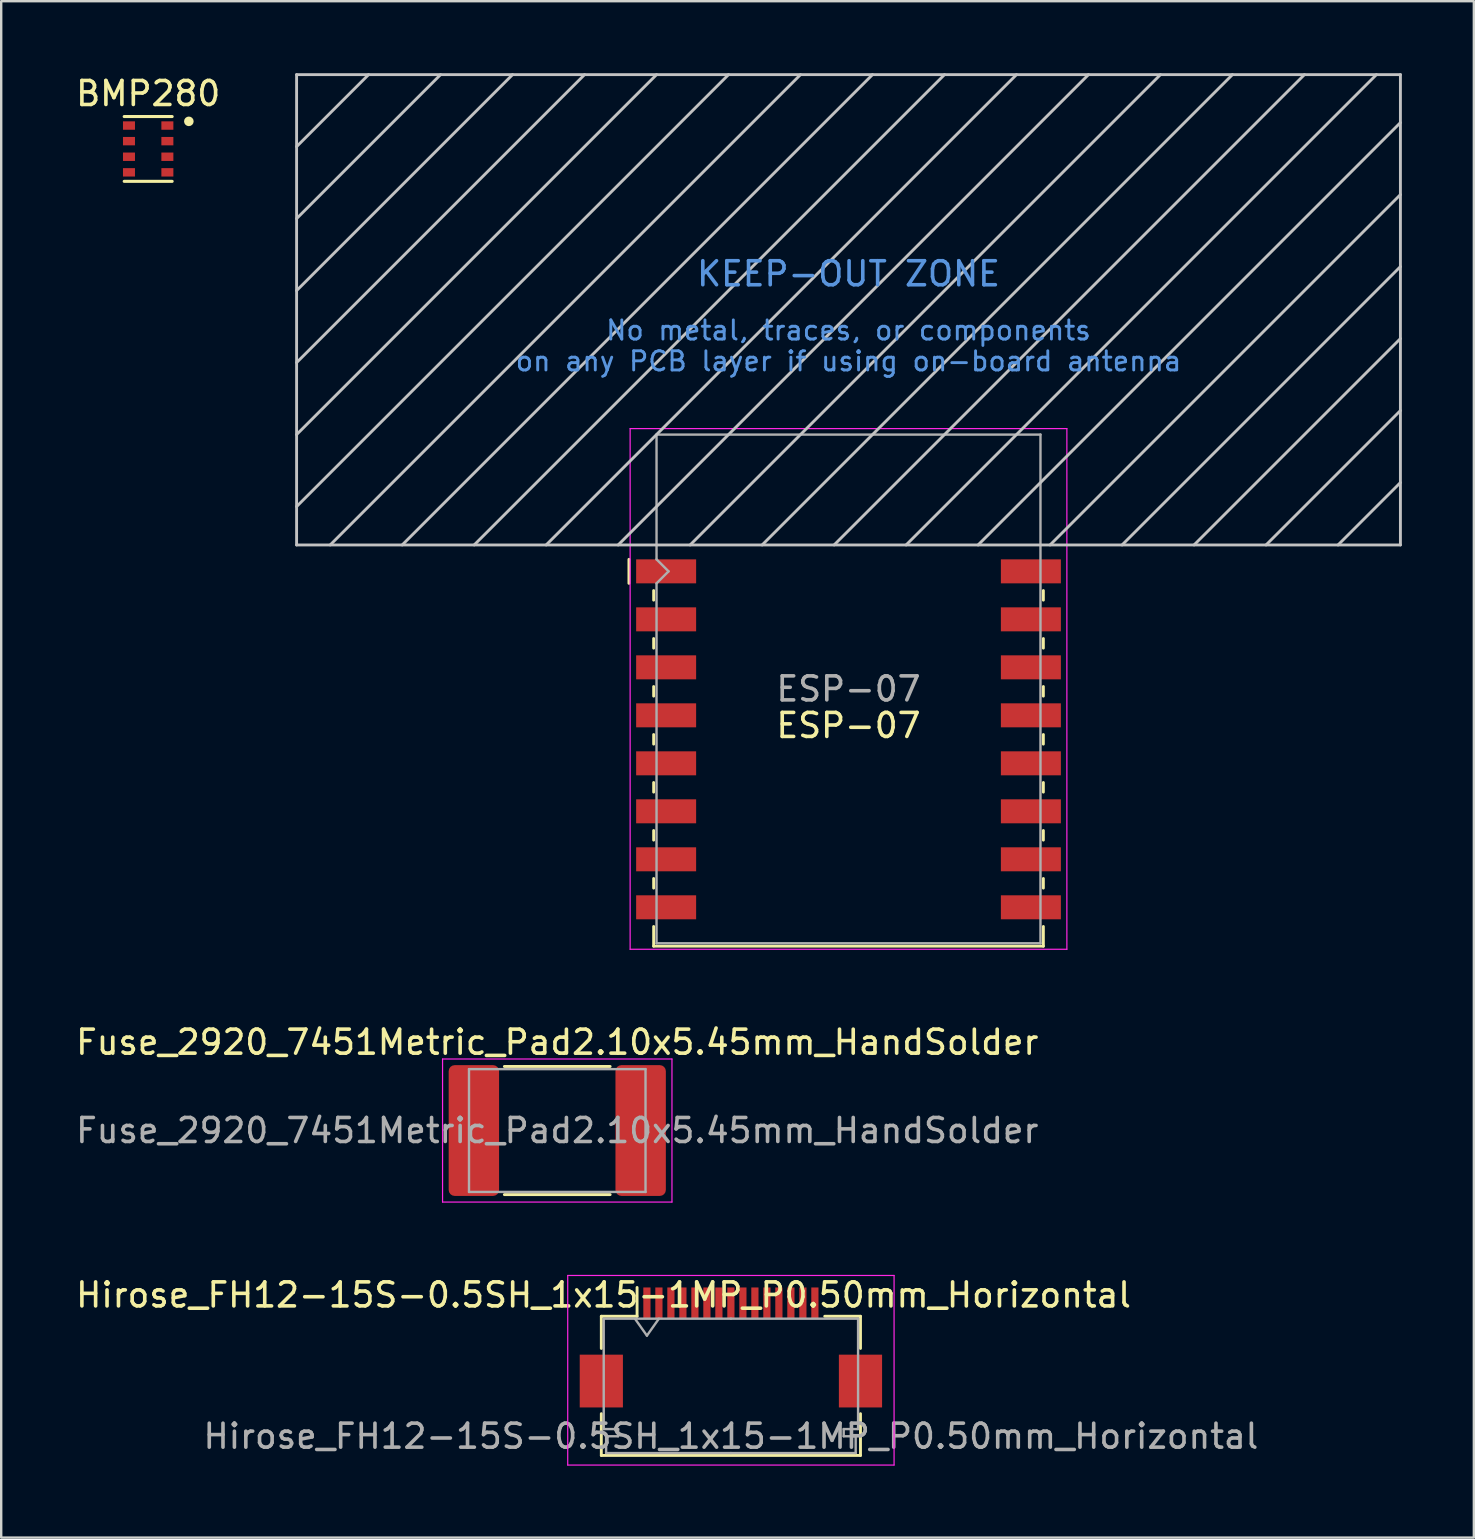
<source format=kicad_pcb>
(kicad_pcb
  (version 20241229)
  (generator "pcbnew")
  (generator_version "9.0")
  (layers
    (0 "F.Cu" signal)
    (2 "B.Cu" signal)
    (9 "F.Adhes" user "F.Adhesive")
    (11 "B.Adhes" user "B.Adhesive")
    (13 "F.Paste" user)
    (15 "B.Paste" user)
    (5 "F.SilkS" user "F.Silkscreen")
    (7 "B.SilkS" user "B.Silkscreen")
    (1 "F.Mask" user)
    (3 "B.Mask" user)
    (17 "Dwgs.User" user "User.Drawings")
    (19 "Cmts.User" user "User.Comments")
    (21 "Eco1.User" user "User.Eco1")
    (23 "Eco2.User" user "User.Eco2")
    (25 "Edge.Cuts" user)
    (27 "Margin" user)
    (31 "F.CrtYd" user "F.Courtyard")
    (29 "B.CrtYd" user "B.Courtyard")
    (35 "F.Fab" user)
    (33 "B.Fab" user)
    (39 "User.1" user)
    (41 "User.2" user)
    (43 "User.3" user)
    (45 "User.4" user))
  (footprint "ESP-07"
    (layer "F.Cu")
    (at 32.31 25.66)
    (property "Reference" "ESP-07" (at 0 1.524 0) (layer "F.SilkS") (effects (font (size 1 1) (thickness 0.15))))
    (attr smd)
    (fp_line (start -9.15 -5.4) (end -9.15 -4.4) (stroke (width 0.12) (type solid)) (layer "F.SilkS"))
    (fp_line (start -8.12 -3.7) (end -8.12 -4.1) (stroke (width 0.12) (type solid)) (layer "F.SilkS"))
    (fp_line (start -8.12 -1.7) (end -8.12 -2.1) (stroke (width 0.12) (type solid)) (layer "F.SilkS"))
    (fp_line (start -8.12 0.3) (end -8.12 -0.1) (stroke (width 0.12) (type solid)) (layer "F.SilkS"))
    (fp_line (start -8.12 2.3) (end -8.12 1.9) (stroke (width 0.12) (type solid)) (layer "F.SilkS"))
    (fp_line (start -8.12 4.3) (end -8.12 3.9) (stroke (width 0.12) (type solid)) (layer "F.SilkS"))
    (fp_line (start -8.12 6.3) (end -8.12 5.9) (stroke (width 0.12) (type solid)) (layer "F.SilkS"))
    (fp_line (start -8.12 8.3) (end -8.12 7.9) (stroke (width 0.12) (type solid)) (layer "F.SilkS"))
    (fp_line (start -8.12 10.72) (end -8.12 9.9) (stroke (width 0.12) (type solid)) (layer "F.SilkS"))
    (fp_line (start 8.12 -3.7) (end 8.12 -4.1) (stroke (width 0.12) (type solid)) (layer "F.SilkS"))
    (fp_line (start 8.12 -1.7) (end 8.12 -2.1) (stroke (width 0.12) (type solid)) (layer "F.SilkS"))
    (fp_line (start 8.12 0.3) (end 8.12 -0.1) (stroke (width 0.12) (type solid)) (layer "F.SilkS"))
    (fp_line (start 8.12 2.3) (end 8.12 1.9) (stroke (width 0.12) (type solid)) (layer "F.SilkS"))
    (fp_line (start 8.12 4.3) (end 8.12 3.9) (stroke (width 0.12) (type solid)) (layer "F.SilkS"))
    (fp_line (start 8.12 6.3) (end 8.12 5.9) (stroke (width 0.12) (type solid)) (layer "F.SilkS"))
    (fp_line (start 8.12 8.3) (end 8.12 7.9) (stroke (width 0.12) (type solid)) (layer "F.SilkS"))
    (fp_line (start 8.12 9.9) (end 8.12 10.72) (stroke (width 0.12) (type solid)) (layer "F.SilkS"))
    (fp_line (start 8.12 10.72) (end -8.12 10.72) (stroke (width 0.12) (type solid)) (layer "F.SilkS"))
    (fp_line (start -23 -25.6) (end -23 -6) (stroke (width 0.12) (type solid)) (layer "Dwgs.User"))
    (fp_line (start -23 -25.6) (end 23 -25.6) (stroke (width 0.12) (type solid)) (layer "Dwgs.User"))
    (fp_line (start -20 -25.6) (end -23 -22.6) (stroke (width 0.12) (type solid)) (layer "Dwgs.User"))
    (fp_line (start -17 -25.6) (end -23 -19.6) (stroke (width 0.12) (type solid)) (layer "Dwgs.User"))
    (fp_line (start -15.6 -6) (end 4 -25.6) (stroke (width 0.12) (type solid)) (layer "Dwgs.User"))
    (fp_line (start -14 -25.6) (end -23 -16.6) (stroke (width 0.12) (type solid)) (layer "Dwgs.User"))
    (fp_line (start -11 -25.6) (end -23 -13.6) (stroke (width 0.12) (type solid)) (layer "Dwgs.User"))
    (fp_line (start -8 -25.6) (end -23 -10.6) (stroke (width 0.12) (type solid)) (layer "Dwgs.User"))
    (fp_line (start -6.6 -6) (end 13 -25.6) (stroke (width 0.12) (type solid)) (layer "Dwgs.User"))
    (fp_line (start -5 -25.6) (end -23 -7.6) (stroke (width 0.12) (type solid)) (layer "Dwgs.User"))
    (fp_line (start -2 -25.6) (end -21.6 -6) (stroke (width 0.12) (type solid)) (layer "Dwgs.User"))
    (fp_line (start 1 -25.6) (end -18.6 -6) (stroke (width 0.12) (type solid)) (layer "Dwgs.User"))
    (fp_line (start 2.4 -6) (end 22 -25.6) (stroke (width 0.12) (type solid)) (layer "Dwgs.User"))
    (fp_line (start 5.4 -6) (end 23 -23.6) (stroke (width 0.12) (type solid)) (layer "Dwgs.User"))
    (fp_line (start 7 -25.6) (end -12.6 -6) (stroke (width 0.12) (type solid)) (layer "Dwgs.User"))
    (fp_line (start 10 -25.6) (end -9.6 -6) (stroke (width 0.12) (type solid)) (layer "Dwgs.User"))
    (fp_line (start 16 -25.6) (end -3.6 -6) (stroke (width 0.12) (type solid)) (layer "Dwgs.User"))
    (fp_line (start 19 -25.6) (end -0.6 -6) (stroke (width 0.12) (type solid)) (layer "Dwgs.User"))
    (fp_line (start 23 -20.6) (end 8.4 -6) (stroke (width 0.12) (type solid)) (layer "Dwgs.User"))
    (fp_line (start 23 -17.6) (end 11.4 -6) (stroke (width 0.12) (type solid)) (layer "Dwgs.User"))
    (fp_line (start 23 -14.6) (end 14.4 -6) (stroke (width 0.12) (type solid)) (layer "Dwgs.User"))
    (fp_line (start 23 -11.6) (end 17.4 -6) (stroke (width 0.12) (type solid)) (layer "Dwgs.User"))
    (fp_line (start 23 -8.6) (end 20.4 -6) (stroke (width 0.12) (type solid)) (layer "Dwgs.User"))
    (fp_line (start 23 -6) (end -23 -6) (stroke (width 0.12) (type solid)) (layer "Dwgs.User"))
    (fp_line (start 23 -6) (end 23 -25.6) (stroke (width 0.12) (type solid)) (layer "Dwgs.User"))
    (fp_line (start -9.1 -10.85) (end 9.1 -10.85) (stroke (width 0.05) (type solid)) (layer "F.CrtYd"))
    (fp_line (start -9.1 10.85) (end -9.1 -10.85) (stroke (width 0.05) (type solid)) (layer "F.CrtYd"))
    (fp_line (start 9.1 -10.85) (end 9.1 10.85) (stroke (width 0.05) (type solid)) (layer "F.CrtYd"))
    (fp_line (start 9.1 10.85) (end -9.1 10.85) (stroke (width 0.05) (type solid)) (layer "F.CrtYd"))
    (fp_line (start -8 -10.6) (end 8 -10.6) (stroke (width 0.1) (type solid)) (layer "F.Fab"))
    (fp_line (start -8 -5.4) (end -8 -10.6) (stroke (width 0.1) (type solid)) (layer "F.Fab"))
    (fp_line (start -8 -4.4) (end -7.5 -4.9) (stroke (width 0.1) (type solid)) (layer "F.Fab"))
    (fp_line (start -8 10.6) (end -8 -4.4) (stroke (width 0.1) (type solid)) (layer "F.Fab"))
    (fp_line (start -7.5 -4.9) (end -8 -5.4) (stroke (width 0.1) (type solid)) (layer "F.Fab"))
    (fp_line (start 8 -10.6) (end 8 10.6) (stroke (width 0.1) (type solid)) (layer "F.Fab"))
    (fp_line (start 8 10.6) (end -8 10.6) (stroke (width 0.1) (type solid)) (layer "F.Fab"))
    (fp_text user "KEEP-OUT ZONE" (at 0 -17.3 180) (layer "Cmts.User") (effects (font (size 1 1) (thickness 0.15))))
    (fp_text user "No metal, traces, or components\non any PCB layer if using on-board antenna" (at 0 -14.3 180) (layer "Cmts.User") (effects (font (size 0.8 0.8) (thickness 0.12))))
    (fp_text user "${REFERENCE}" (at 0 0 0) (layer "F.Fab") (effects (font (size 1 1) (thickness 0.15))))
    (pad "1" smd rect (at -7.6 -4.9) (size 2.5 1) (layers "F.Cu" "F.Mask" "F.Paste"))
    (pad "2" smd rect (at -7.6 -2.9) (size 2.5 1) (layers "F.Cu" "F.Mask" "F.Paste"))
    (pad "3" smd rect (at -7.6 -0.9) (size 2.5 1) (layers "F.Cu" "F.Mask" "F.Paste"))
    (pad "4" smd rect (at -7.6 1.1) (size 2.5 1) (layers "F.Cu" "F.Mask" "F.Paste"))
    (pad "5" smd rect (at -7.6 3.1) (size 2.5 1) (layers "F.Cu" "F.Mask" "F.Paste"))
    (pad "6" smd rect (at -7.6 5.1) (size 2.5 1) (layers "F.Cu" "F.Mask" "F.Paste"))
    (pad "7" smd rect (at -7.6 7.1) (size 2.5 1) (layers "F.Cu" "F.Mask" "F.Paste"))
    (pad "8" smd rect (at -7.6 9.1) (size 2.5 1) (layers "F.Cu" "F.Mask" "F.Paste"))
    (pad "9" smd rect (at 7.6 9.1) (size 2.5 1) (layers "F.Cu" "F.Mask" "F.Paste"))
    (pad "10" smd rect (at 7.6 7.1) (size 2.5 1) (layers "F.Cu" "F.Mask" "F.Paste"))
    (pad "11" smd rect (at 7.6 5.1) (size 2.5 1) (layers "F.Cu" "F.Mask" "F.Paste"))
    (pad "12" smd rect (at 7.6 3.1) (size 2.5 1) (layers "F.Cu" "F.Mask" "F.Paste"))
    (pad "13" smd rect (at 7.6 1.1) (size 2.5 1) (layers "F.Cu" "F.Mask" "F.Paste"))
    (pad "14" smd rect (at 7.6 -0.9) (size 2.5 1) (layers "F.Cu" "F.Mask" "F.Paste"))
    (pad "15" smd rect (at 7.6 -2.9) (size 2.5 1) (layers "F.Cu" "F.Mask" "F.Paste"))
    (pad "16" smd rect (at 7.6 -4.9) (size 2.5 1) (layers "F.Cu" "F.Mask" "F.Paste")))
  (footprint "Fuse_2920_7451Metric_Pad2.10x5.45mm_HandSolder"
    (layer "F.Cu")
    (at 20.173 44.063)
    (property "Reference" "Fuse_2920_7451Metric_Pad2.10x5.45mm_HandSolder" (at 0 -3.68 0) (layer "F.SilkS") (effects (font (size 1 1) (thickness 0.15))))
    (attr smd)
    (fp_line (start -2.204 -2.67) (end 2.204 -2.67) (stroke (width 0.12) (type solid)) (layer "F.SilkS"))
    (fp_line (start -2.204 2.67) (end 2.204 2.67) (stroke (width 0.12) (type solid)) (layer "F.SilkS"))
    (fp_line (start -4.78 -2.98) (end 4.78 -2.98) (stroke (width 0.05) (type solid)) (layer "F.CrtYd"))
    (fp_line (start -4.78 2.98) (end -4.78 -2.98) (stroke (width 0.05) (type solid)) (layer "F.CrtYd"))
    (fp_line (start 4.78 -2.98) (end 4.78 2.98) (stroke (width 0.05) (type solid)) (layer "F.CrtYd"))
    (fp_line (start 4.78 2.98) (end -4.78 2.98) (stroke (width 0.05) (type solid)) (layer "F.CrtYd"))
    (fp_line (start -3.678 -2.56) (end 3.678 -2.56) (stroke (width 0.1) (type solid)) (layer "F.Fab"))
    (fp_line (start -3.678 2.56) (end -3.678 -2.56) (stroke (width 0.1) (type solid)) (layer "F.Fab"))
    (fp_line (start 3.678 -2.56) (end 3.678 2.56) (stroke (width 0.1) (type solid)) (layer "F.Fab"))
    (fp_line (start 3.678 2.56) (end -3.678 2.56) (stroke (width 0.1) (type solid)) (layer "F.Fab"))
    (fp_text user "${REFERENCE}" (at 0 0 0) (layer "F.Fab") (effects (font (size 1 1) (thickness 0.15))))
    (pad "1" smd roundrect (at -3.475 0) (size 2.1 5.45) (layers "F.Cu" "F.Mask" "F.Paste") (roundrect_rratio 0.119))
    (pad "2" smd roundrect (at 3.475 0) (size 2.1 5.45) (layers "F.Cu" "F.Mask" "F.Paste") (roundrect_rratio 0.119)))
  (footprint "Hirose_FH12-15S-0.5SH_1x15-1MP_P0.50mm_Horizontal"
    (layer "F.Cu")
    (at 27.409 53.103)
    (property "Reference" "Hirose_FH12-15S-0.5SH_1x15-1MP_P0.50mm_Horizontal" (at -5.308 -2.187 0) (layer "F.SilkS") (effects (font (size 1 1) (thickness 0.15))))
    (attr smd)
    (fp_line (start -5.4 -1.3) (end -5.4 0.04) (stroke (width 0.12) (type solid)) (layer "F.SilkS"))
    (fp_line (start -5.4 2.76) (end -5.4 4.5) (stroke (width 0.12) (type solid)) (layer "F.SilkS"))
    (fp_line (start -5.4 4.5) (end 5.4 4.5) (stroke (width 0.12) (type solid)) (layer "F.SilkS"))
    (fp_line (start -3.91 -1.3) (end -5.4 -1.3) (stroke (width 0.12) (type solid)) (layer "F.SilkS"))
    (fp_line (start -3.91 -1.3) (end -3.91 -2.5) (stroke (width 0.12) (type solid)) (layer "F.SilkS"))
    (fp_line (start 3.91 -1.3) (end 5.4 -1.3) (stroke (width 0.12) (type solid)) (layer "F.SilkS"))
    (fp_line (start 5.4 -1.3) (end 5.4 0.04) (stroke (width 0.12) (type solid)) (layer "F.SilkS"))
    (fp_line (start 5.4 4.5) (end 5.4 2.76) (stroke (width 0.12) (type solid)) (layer "F.SilkS"))
    (fp_line (start -6.8 -3) (end -6.8 4.9) (stroke (width 0.05) (type solid)) (layer "F.CrtYd"))
    (fp_line (start -6.8 4.9) (end 6.8 4.9) (stroke (width 0.05) (type solid)) (layer "F.CrtYd"))
    (fp_line (start 6.8 -3) (end -6.8 -3) (stroke (width 0.05) (type solid)) (layer "F.CrtYd"))
    (fp_line (start 6.8 4.9) (end 6.8 -3) (stroke (width 0.05) (type solid)) (layer "F.CrtYd"))
    (fp_line (start -5.3 -1.2) (end -5.3 3.4) (stroke (width 0.1) (type solid)) (layer "F.Fab"))
    (fp_line (start -5.3 3.4) (end -4.7 3.4) (stroke (width 0.1) (type solid)) (layer "F.Fab"))
    (fp_line (start -5.2 3.7) (end -5.2 4.4) (stroke (width 0.1) (type solid)) (layer "F.Fab"))
    (fp_line (start -5.2 4.4) (end 0 4.4) (stroke (width 0.1) (type solid)) (layer "F.Fab"))
    (fp_line (start -4.7 3.4) (end -4.7 3.7) (stroke (width 0.1) (type solid)) (layer "F.Fab"))
    (fp_line (start -4.7 3.7) (end -5.2 3.7) (stroke (width 0.1) (type solid)) (layer "F.Fab"))
    (fp_line (start -4 -1.2) (end -3.5 -0.493) (stroke (width 0.1) (type solid)) (layer "F.Fab"))
    (fp_line (start -3.5 -0.493) (end -3 -1.2) (stroke (width 0.1) (type solid)) (layer "F.Fab"))
    (fp_line (start 0 -1.2) (end -5.3 -1.2) (stroke (width 0.1) (type solid)) (layer "F.Fab"))
    (fp_line (start 0 -1.2) (end 5.3 -1.2) (stroke (width 0.1) (type solid)) (layer "F.Fab"))
    (fp_line (start 4.7 3.4) (end 4.7 3.7) (stroke (width 0.1) (type solid)) (layer "F.Fab"))
    (fp_line (start 4.7 3.7) (end 5.2 3.7) (stroke (width 0.1) (type solid)) (layer "F.Fab"))
    (fp_line (start 5.2 3.7) (end 5.2 4.4) (stroke (width 0.1) (type solid)) (layer "F.Fab"))
    (fp_line (start 5.2 4.4) (end 0 4.4) (stroke (width 0.1) (type solid)) (layer "F.Fab"))
    (fp_line (start 5.3 -1.2) (end 5.3 3.4) (stroke (width 0.1) (type solid)) (layer "F.Fab"))
    (fp_line (start 5.3 3.4) (end 4.7 3.4) (stroke (width 0.1) (type solid)) (layer "F.Fab"))
    (fp_text user "${REFERENCE}" (at 0 3.7 0) (layer "F.Fab") (effects (font (size 1 1) (thickness 0.15))))
    (pad "1" smd rect (at -3.5 -1.85) (size 0.3 1.3) (layers "F.Cu" "F.Mask" "F.Paste"))
    (pad "2" smd rect (at -3 -1.85) (size 0.3 1.3) (layers "F.Cu" "F.Mask" "F.Paste"))
    (pad "3" smd rect (at -2.5 -1.85) (size 0.3 1.3) (layers "F.Cu" "F.Mask" "F.Paste"))
    (pad "4" smd rect (at -2 -1.85) (size 0.3 1.3) (layers "F.Cu" "F.Mask" "F.Paste"))
    (pad "5" smd rect (at -1.5 -1.85) (size 0.3 1.3) (layers "F.Cu" "F.Mask" "F.Paste"))
    (pad "6" smd rect (at -1 -1.85) (size 0.3 1.3) (layers "F.Cu" "F.Mask" "F.Paste"))
    (pad "7" smd rect (at -0.5 -1.85) (size 0.3 1.3) (layers "F.Cu" "F.Mask" "F.Paste"))
    (pad "8" smd rect (at 0 -1.85) (size 0.3 1.3) (layers "F.Cu" "F.Mask" "F.Paste"))
    (pad "9" smd rect (at 0.5 -1.85) (size 0.3 1.3) (layers "F.Cu" "F.Mask" "F.Paste"))
    (pad "10" smd rect (at 1 -1.85) (size 0.3 1.3) (layers "F.Cu" "F.Mask" "F.Paste"))
    (pad "11" smd rect (at 1.5 -1.85) (size 0.3 1.3) (layers "F.Cu" "F.Mask" "F.Paste"))
    (pad "12" smd rect (at 2 -1.85) (size 0.3 1.3) (layers "F.Cu" "F.Mask" "F.Paste"))
    (pad "13" smd rect (at 2.5 -1.85) (size 0.3 1.3) (layers "F.Cu" "F.Mask" "F.Paste"))
    (pad "14" smd rect (at 3 -1.85) (size 0.3 1.3) (layers "F.Cu" "F.Mask" "F.Paste"))
    (pad "15" smd rect (at 3.5 -1.85) (size 0.3 1.3) (layers "F.Cu" "F.Mask" "F.Paste"))
    (pad "MP" smd rect (at -5.4 1.4) (size 1.8 2.2) (layers "F.Cu" "F.Mask" "F.Paste"))
    (pad "MP" smd rect (at 5.4 1.4) (size 1.8 2.2) (layers "F.Cu" "F.Mask" "F.Paste")))
  (footprint "BMP280"
    (layer "F.Cu")
    (at 3.125 3.157)
    (property "Reference" "BMP280" (at 0 -2.309 0) (layer "F.SilkS") (effects (font (size 1 1) (thickness 0.15))))
    (attr smd)
    (fp_line (start -1 -1.35) (end 1 -1.35) (stroke (width 0.127) (type solid)) (layer "F.SilkS"))
    (fp_line (start -1 1.35) (end 1 1.35) (stroke (width 0.127) (type solid)) (layer "F.SilkS"))
    (fp_circle (center 1.695 -1.15) (end 1.795 -1.15) (stroke (width 0.2) (type solid)) (fill no) (layer "F.SilkS"))
    (fp_line (start -1.3 -1.5) (end 1.3 -1.5) (stroke (width 0.05) (type solid)) (layer "Eco1.User"))
    (fp_line (start -1.3 1.5) (end -1.3 -1.5) (stroke (width 0.05) (type solid)) (layer "Eco1.User"))
    (fp_line (start 1.3 -1.5) (end 1.3 1.5) (stroke (width 0.05) (type solid)) (layer "Eco1.User"))
    (fp_line (start 1.3 1.5) (end -1.3 1.5) (stroke (width 0.05) (type solid)) (layer "Eco1.User"))
    (fp_line (start -1 -1.25) (end -1 1.25) (stroke (width 0.127) (type solid)) (layer "Eco2.User"))
    (fp_line (start -1 1.25) (end 1 1.25) (stroke (width 0.127) (type solid)) (layer "Eco2.User"))
    (fp_line (start 1 -1.25) (end -1 -1.25) (stroke (width 0.127) (type solid)) (layer "Eco2.User"))
    (fp_line (start 1 1.25) (end 1 -1.25) (stroke (width 0.127) (type solid)) (layer "Eco2.User"))
    (pad "1" smd rect (at 0.8 -0.975) (size 0.5 0.35) (layers "F.Cu" "F.Mask" "F.Paste"))
    (pad "2" smd rect (at 0.8 -0.325) (size 0.5 0.35) (layers "F.Cu" "F.Mask" "F.Paste"))
    (pad "3" smd rect (at 0.8 0.325) (size 0.5 0.35) (layers "F.Cu" "F.Mask" "F.Paste"))
    (pad "4" smd rect (at 0.8 0.975) (size 0.5 0.35) (layers "F.Cu" "F.Mask" "F.Paste"))
    (pad "5" smd rect (at -0.8 0.975) (size 0.5 0.35) (layers "F.Cu" "F.Mask" "F.Paste"))
    (pad "6" smd rect (at -0.8 0.325) (size 0.5 0.35) (layers "F.Cu" "F.Mask" "F.Paste"))
    (pad "7" smd rect (at -0.8 -0.325) (size 0.5 0.35) (layers "F.Cu" "F.Mask" "F.Paste"))
    (pad "8" smd rect (at -0.8 -0.975) (size 0.5 0.35) (layers "F.Cu" "F.Mask" "F.Paste")))
  (gr_rect
    (start -3 -3)
    (end 58.37 61.028)
    (stroke (width 0.1) (type default))
    (fill no)
    (layer "Edge.Cuts")))
</source>
